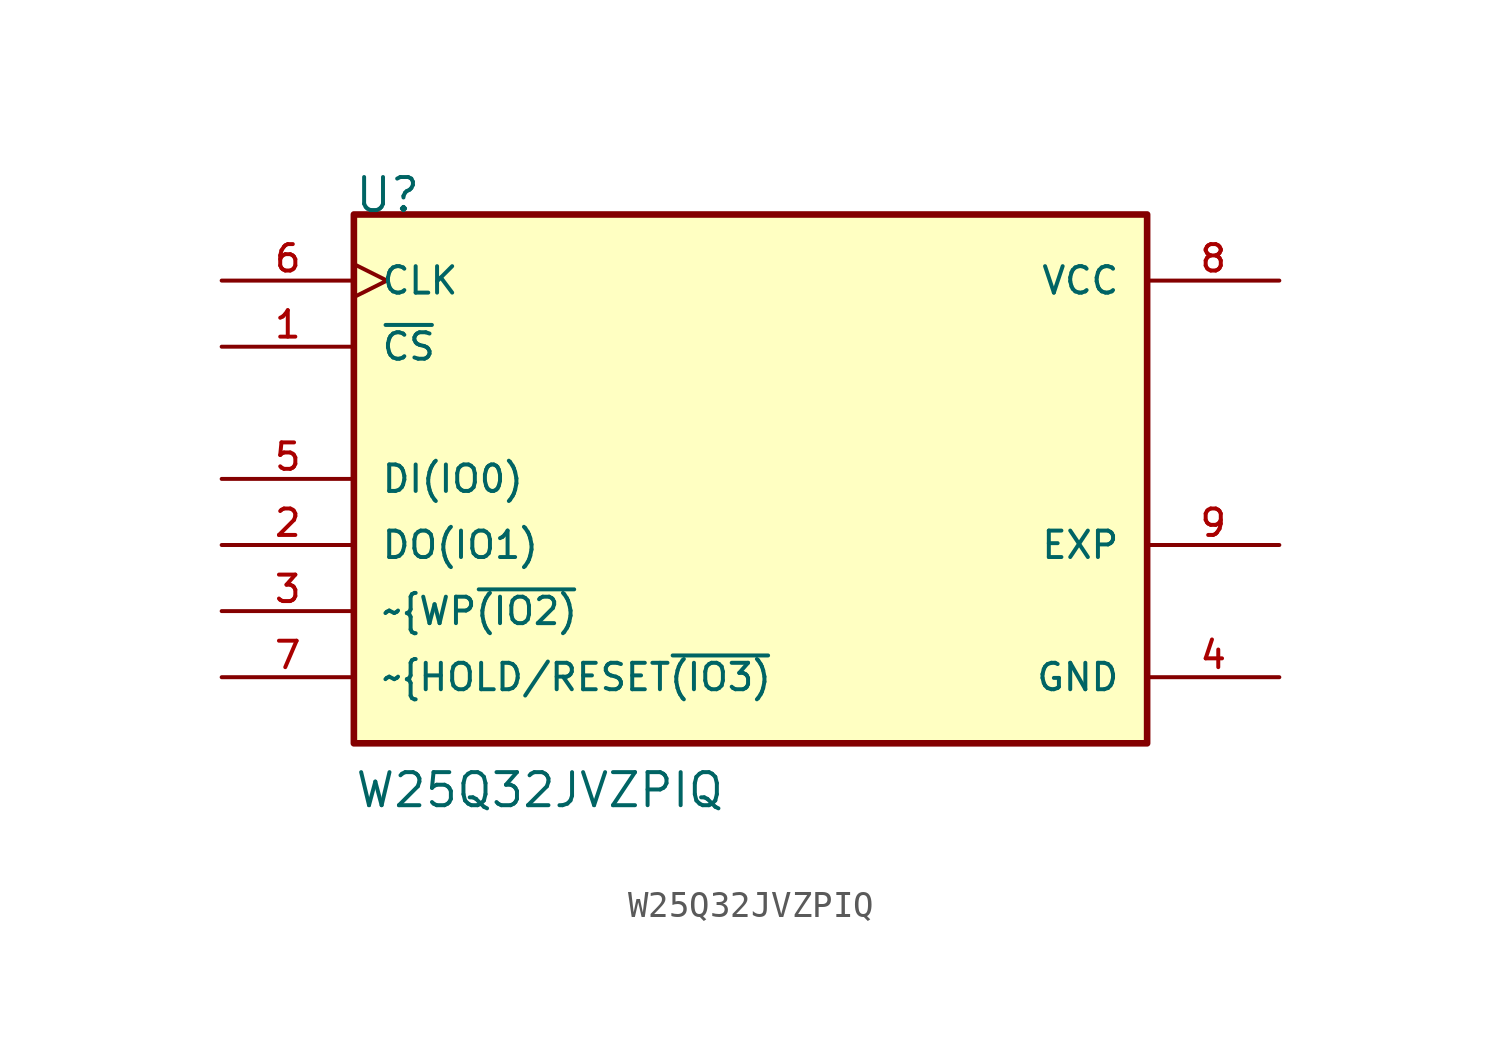
<source format=kicad_sym>
(kicad_symbol_lib
  (version 20211014)
  (generator kicad_symbol_editor)
  (symbol "W25Q32JVZPIQ"
    (pin_names
      (offset 1.016))
    (property "Reference" "U"
      (at -15.249 10.166 0)
      (effects (font (size 1.27 1.27)) (justify bottom left)))
    (property "Value" "W25Q32JVZPIQ"
      (at -15.242 -12.701 0)
      (effects (font (size 1.27 1.27)) (justify bottom left)))
    (symbol "W25Q32JVZPIQ_0_0"
      (rectangle (start -15.24 -10.16) (end 15.24 10.16) (stroke (width 0.254)) (fill (type background)))
      (pin input line (at -20.32 5.08 0) (length 5.08) (name "~{CS}" (effects (font (size 1.016 1.016)))) (number "1" (effects (font (size 1.016 1.016)))))
      (pin bidirectional line (at -20.32 -2.54 0) (length 5.08) (name "DO(IO1)" (effects (font (size 1.016 1.016)))) (number "2" (effects (font (size 1.016 1.016)))))
      (pin bidirectional line (at -20.32 -5.08 0) (length 5.08) (name "~{WP~{(IO2)}" (effects (font (size 1.016 1.016)))) (number "3" (effects (font (size 1.016 1.016)))))
      (pin power_in line (at 20.32 -7.62 180.0) (length 5.08) (name "GND" (effects (font (size 1.016 1.016)))) (number "4" (effects (font (size 1.016 1.016)))))
      (pin power_in line (at 20.32 7.62 180.0) (length 5.08) (name "VCC" (effects (font (size 1.016 1.016)))) (number "8" (effects (font (size 1.016 1.016)))))
      (pin bidirectional line (at -20.32 -7.62 0) (length 5.08) (name "~{HOLD/RESET~{(IO3)}" (effects (font (size 1.016 1.016)))) (number "7" (effects (font (size 1.016 1.016)))))
      (pin input clock (at -20.32 7.62 0) (length 5.08) (name "CLK" (effects (font (size 1.016 1.016)))) (number "6" (effects (font (size 1.016 1.016)))))
      (pin bidirectional line (at -20.32 0.0 0) (length 5.08) (name "DI(IO0)" (effects (font (size 1.016 1.016)))) (number "5" (effects (font (size 1.016 1.016)))))
      (pin passive line (at 20.32 -2.54 180.0) (length 5.08) (name "EXP" (effects (font (size 1.016 1.016)))) (number "9" (effects (font (size 1.016 1.016))))))))
</source>
